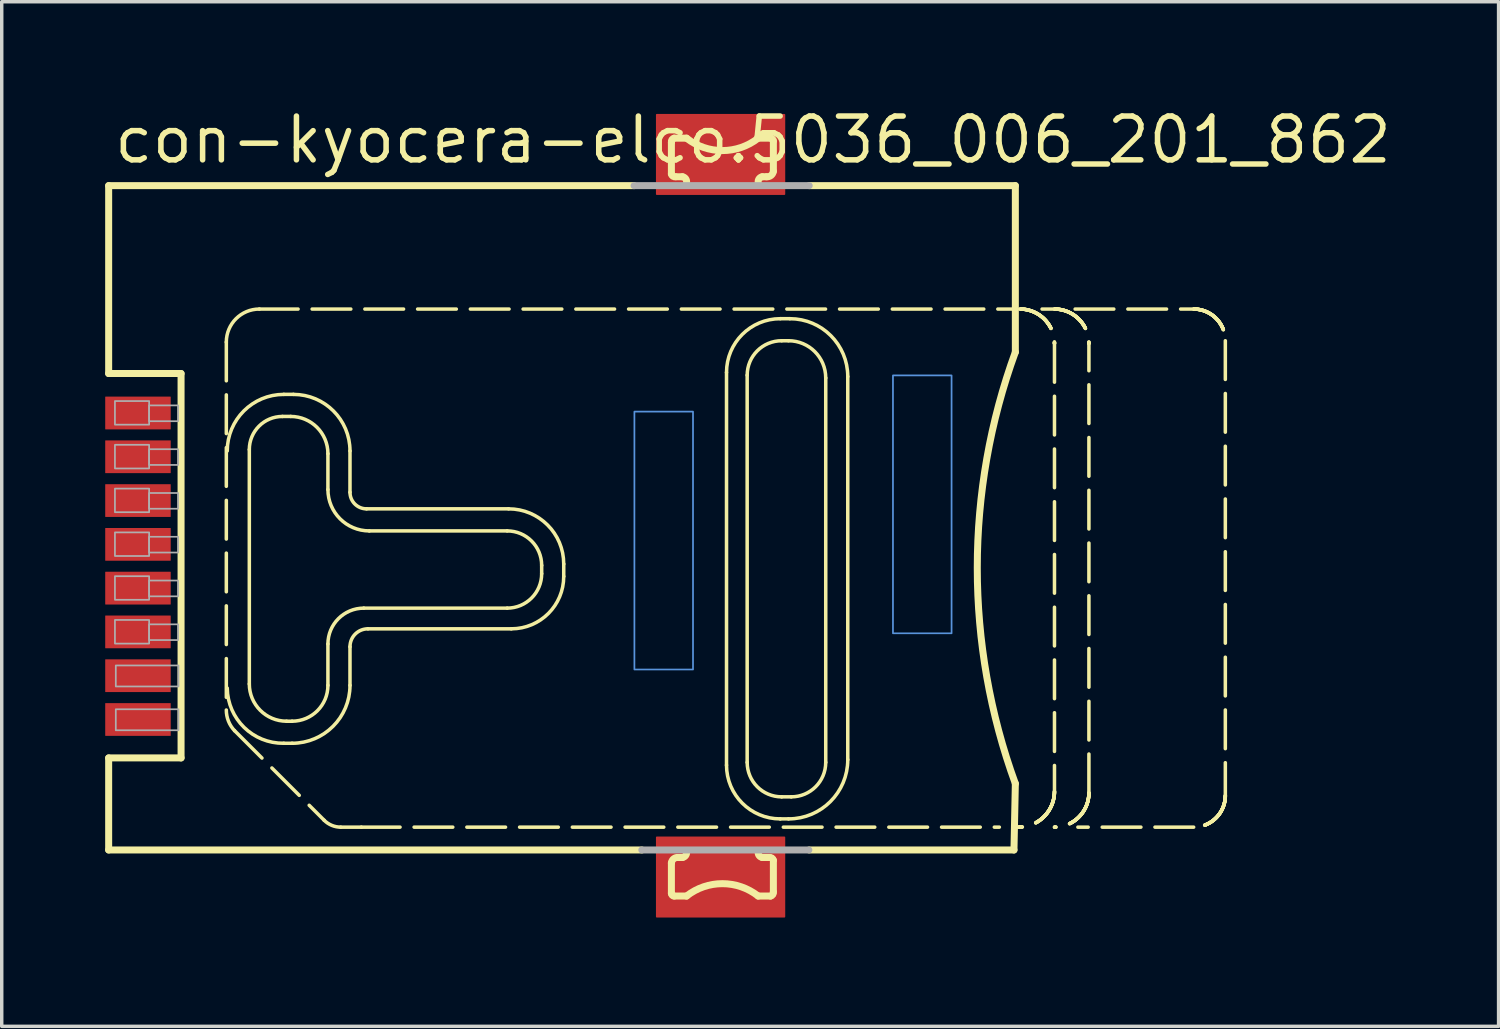
<source format=kicad_pcb>
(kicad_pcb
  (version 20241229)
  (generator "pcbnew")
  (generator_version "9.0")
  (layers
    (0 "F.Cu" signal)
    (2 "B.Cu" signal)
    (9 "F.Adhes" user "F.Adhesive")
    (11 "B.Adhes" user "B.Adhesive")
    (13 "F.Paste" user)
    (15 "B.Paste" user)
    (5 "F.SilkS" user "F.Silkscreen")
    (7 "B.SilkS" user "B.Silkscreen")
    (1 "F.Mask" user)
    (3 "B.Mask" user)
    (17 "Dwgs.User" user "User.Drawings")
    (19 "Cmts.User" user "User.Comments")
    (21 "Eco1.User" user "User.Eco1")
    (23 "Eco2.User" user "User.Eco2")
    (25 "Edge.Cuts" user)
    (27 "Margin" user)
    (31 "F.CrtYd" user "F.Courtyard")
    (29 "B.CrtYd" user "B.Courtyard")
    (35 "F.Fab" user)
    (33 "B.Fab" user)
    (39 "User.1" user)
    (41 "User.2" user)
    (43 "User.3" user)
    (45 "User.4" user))
  (footprint "con-kyocera-elco.5036_006_201_862"
    (layer "F.Cu")
    (at 20.502 11.91)
    (property "Reference" "con-kyocera-elco.5036_006_201_862" (at -20.32 -10.16 0) (layer "F.SilkS") (effects (font (size 1.27 1.27) (thickness 0.16)) (justify left bottom)))
    (attr smd)
    (fp_rect (start -4.5 -9.33) (end -0.8 -11.63) (stroke (width 0.05) (type default)) (fill yes) (layer "F.Cu"))
    (fp_rect (start -4.5 11.63) (end -0.8 9.33) (stroke (width 0.05) (type default)) (fill yes) (layer "F.Cu"))
    (fp_rect (start -4.625 -9.175) (end -0.675 -11.75) (stroke (width 0.05) (type default)) (fill yes) (layer "F.Mask"))
    (fp_rect (start -4.625 11.785) (end -0.675 9.21) (stroke (width 0.05) (type default)) (fill yes) (layer "F.Mask"))
    (fp_line (start -20.4 -9.575) (end -5.16 -9.575) (stroke (width 0.203) (type default)) (layer "F.SilkS"))
    (fp_line (start -20.4 -4.125) (end -20.4 -9.575) (stroke (width 0.203) (type default)) (layer "F.SilkS"))
    (fp_line (start -20.4 7.025) (end -18.3 7.025) (stroke (width 0.203) (type default)) (layer "F.SilkS"))
    (fp_line (start -20.4 9.695) (end -20.4 7.025) (stroke (width 0.203) (type default)) (layer "F.SilkS"))
    (fp_line (start -18.3 -4.125) (end -20.4 -4.125) (stroke (width 0.203) (type default)) (layer "F.SilkS"))
    (fp_line (start -18.3 7.025) (end -18.3 -4.125) (stroke (width 0.203) (type default)) (layer "F.SilkS"))
    (fp_line (start -16.987 -5.036) (end -16.987 5.636) (stroke (width 0.102) (type dash)) (layer "F.SilkS"))
    (fp_line (start -16.747 6.235) (end -14.149 8.833) (stroke (width 0.102) (type dash)) (layer "F.SilkS"))
    (fp_line (start -16.32 4.88) (end -16.32 -1.92) (stroke (width 0.102) (type default)) (layer "F.SilkS"))
    (fp_line (start -16.028 -5.995) (end 5.955 -5.995) (stroke (width 0.102) (type dash)) (layer "F.SilkS"))
    (fp_line (start -15.36 -2.88) (end -15.12 -2.88) (stroke (width 0.102) (type default)) (layer "F.SilkS"))
    (fp_line (start -15.32 -3.52) (end -15.04 -3.52) (stroke (width 0.102) (type default)) (layer "F.SilkS"))
    (fp_line (start -15.08 5.96) (end -15.24 5.96) (stroke (width 0.102) (type default)) (layer "F.SilkS"))
    (fp_line (start -15.08 6.6) (end -15.32 6.6) (stroke (width 0.102) (type default)) (layer "F.SilkS"))
    (fp_line (start -14.04 -1.8) (end -14.04 -0.76) (stroke (width 0.102) (type default)) (layer "F.SilkS"))
    (fp_line (start -14.04 3.72) (end -14.04 4.92) (stroke (width 0.102) (type default)) (layer "F.SilkS"))
    (fp_line (start -13.4 -1.88) (end -13.4 -0.68) (stroke (width 0.102) (type default)) (layer "F.SilkS"))
    (fp_line (start -13.4 3.8) (end -13.4 4.92) (stroke (width 0.102) (type default)) (layer "F.SilkS"))
    (fp_line (start -13.07 9.033) (end 5.436 9.033) (stroke (width 0.102) (type dash)) (layer "F.SilkS"))
    (fp_line (start -12.92 -0.2) (end -8.8 -0.2) (stroke (width 0.102) (type default)) (layer "F.SilkS"))
    (fp_line (start -12.84 0.44) (end -8.84 0.44) (stroke (width 0.102) (type default)) (layer "F.SilkS"))
    (fp_line (start -8.84 2.68) (end -13 2.68) (stroke (width 0.102) (type default)) (layer "F.SilkS"))
    (fp_line (start -8.72 3.28) (end -12.88 3.28) (stroke (width 0.102) (type default)) (layer "F.SilkS"))
    (fp_line (start -7.84 1.44) (end -7.84 1.68) (stroke (width 0.102) (type default)) (layer "F.SilkS"))
    (fp_line (start -7.2 1.4) (end -7.2 1.76) (stroke (width 0.102) (type default)) (layer "F.SilkS"))
    (fp_line (start -4.935 9.695) (end -20.4 9.695) (stroke (width 0.203) (type default)) (layer "F.SilkS"))
    (fp_line (start -4.077 -9.913) (end -4.077 -10.832) (stroke (width 0.203) (type default)) (layer "F.SilkS"))
    (fp_line (start -4.077 10.952) (end -4.077 10.072) (stroke (width 0.203) (type default)) (layer "F.SilkS"))
    (fp_line (start -3.997 -10.952) (end -3.637 -10.952) (stroke (width 0.203) (type default)) (layer "F.SilkS"))
    (fp_line (start -3.877 9.913) (end -3.757 9.913) (stroke (width 0.203) (type default)) (layer "F.SilkS"))
    (fp_line (start -3.757 -9.833) (end -3.957 -9.833) (stroke (width 0.203) (type default)) (layer "F.SilkS"))
    (fp_line (start -3.637 11.032) (end -3.997 11.032) (stroke (width 0.203) (type default)) (layer "F.SilkS"))
    (fp_line (start -2.478 7.235) (end -2.478 -4.157) (stroke (width 0.102) (type default)) (layer "F.SilkS"))
    (fp_line (start -1.879 -4.077) (end -1.879 7.155) (stroke (width 0.102) (type default)) (layer "F.SilkS"))
    (fp_line (start -1.559 -10.952) (end -1.199 -10.952) (stroke (width 0.203) (type default)) (layer "F.SilkS"))
    (fp_line (start -1.439 9.913) (end -1.239 9.913) (stroke (width 0.203) (type default)) (layer "F.SilkS"))
    (fp_line (start -1.319 -9.833) (end -1.439 -9.833) (stroke (width 0.203) (type default)) (layer "F.SilkS"))
    (fp_line (start -1.199 11.032) (end -1.559 11.032) (stroke (width 0.203) (type default)) (layer "F.SilkS"))
    (fp_line (start -1.119 -10.872) (end -1.119 -9.992) (stroke (width 0.203) (type default)) (layer "F.SilkS"))
    (fp_line (start -1.119 9.993) (end -1.119 10.912) (stroke (width 0.203) (type default)) (layer "F.SilkS"))
    (fp_line (start -0.919 -5.716) (end -0.639 -5.716) (stroke (width 0.102) (type default)) (layer "F.SilkS"))
    (fp_line (start -0.879 8.154) (end -0.6 8.154) (stroke (width 0.102) (type default)) (layer "F.SilkS"))
    (fp_line (start -0.679 -5.076) (end -0.879 -5.076) (stroke (width 0.102) (type default)) (layer "F.SilkS"))
    (fp_line (start -0.679 8.793) (end -0.919 8.793) (stroke (width 0.102) (type default)) (layer "F.SilkS"))
    (fp_line (start -0.08 -9.575) (end 5.9 -9.575) (stroke (width 0.203) (type default)) (layer "F.SilkS"))
    (fp_line (start 0.4 7.155) (end 0.4 -3.997) (stroke (width 0.102) (type default)) (layer "F.SilkS"))
    (fp_line (start 1.039 -4.037) (end 1.039 7.075) (stroke (width 0.102) (type default)) (layer "F.SilkS"))
    (fp_line (start 5.86 9.695) (end -0.08 9.695) (stroke (width 0.203) (type default)) (layer "F.SilkS"))
    (fp_line (start 5.9 -9.575) (end 5.9 -4.746) (stroke (width 0.203) (type default)) (layer "F.SilkS"))
    (fp_line (start 5.9 7.769) (end 5.86 9.695) (stroke (width 0.203) (type default)) (layer "F.SilkS"))
    (fp_line (start 5.995 9.033) (end 5.955 9.033) (stroke (width 0.102) (type dash)) (layer "F.SilkS"))
    (fp_line (start 7.035 -5.995) (end 6.675 -5.995) (stroke (width 0.102) (type dash)) (layer "F.SilkS"))
    (fp_line (start 7.035 -4.996) (end 7.035 7.994) (stroke (width 0.102) (type dash)) (layer "F.SilkS"))
    (fp_line (start 7.634 -5.995) (end 11.072 -5.995) (stroke (width 0.102) (type dash)) (layer "F.SilkS"))
    (fp_line (start 8.034 8.034) (end 8.034 -4.996) (stroke (width 0.102) (type dash)) (layer "F.SilkS"))
    (fp_line (start 11.072 9.033) (end 7.714 9.033) (stroke (width 0.102) (type dash)) (layer "F.SilkS"))
    (fp_line (start 11.991 -5.076) (end 11.991 8.114) (stroke (width 0.102) (type dash)) (layer "F.SilkS"))
    (fp_arc (start -16.9873 -5.0362) (mid -16.706328 -5.714528) (end -16.028 -5.9955) (stroke (width 0.1016) (type default)) (layer "F.SilkS"))
    (fp_arc (start -16.96 -1.88) (mid -16.479655 -3.039655) (end -15.32 -3.52) (stroke (width 0.1016) (type default)) (layer "F.SilkS"))
    (fp_arc (start -16.7474 6.2353) (mid -16.925107 5.958662) (end -16.9873 5.6358) (stroke (width 0.1016) (type default)) (layer "F.SilkS"))
    (fp_arc (start -16.32 -1.92) (mid -16.038823 -2.598823) (end -15.36 -2.88) (stroke (width 0.1016) (type default)) (layer "F.SilkS"))
    (fp_arc (start -15.32 6.6) (mid -16.471371 6.139655) (end -16.96 5) (stroke (width 0.1016) (type default)) (layer "F.SilkS"))
    (fp_arc (start -15.24 5.96) (mid -16.003675 5.643675) (end -16.32 4.88) (stroke (width 0.1016) (type default)) (layer "F.SilkS"))
    (fp_arc (start -15.12 -2.88) (mid -14.356325 -2.563675) (end -14.04 -1.8) (stroke (width 0.1016) (type default)) (layer "F.SilkS"))
    (fp_arc (start -15.04 -3.52) (mid -13.880345 -3.039655) (end -13.4 -1.88) (stroke (width 0.1016) (type default)) (layer "F.SilkS"))
    (fp_arc (start -14.04 3.72) (mid -13.735391 2.984609) (end -13 2.68) (stroke (width 0.1016) (type default)) (layer "F.SilkS"))
    (fp_arc (start -14.04 4.92) (mid -14.344609 5.655391) (end -15.08 5.96) (stroke (width 0.1016) (type default)) (layer "F.SilkS"))
    (fp_arc (start -13.6697 9.0332) (mid -13.929319 8.980763) (end -14.1494 8.8334) (stroke (width 0.1016) (type default)) (layer "F.SilkS"))
    (fp_arc (start -13.4 3.8) (mid -13.247696 3.432304) (end -12.88 3.28) (stroke (width 0.1016) (type default)) (layer "F.SilkS"))
    (fp_arc (start -13.4 4.92) (mid -13.892061 6.107939) (end -15.08 6.6) (stroke (width 0.1016) (type default)) (layer "F.SilkS"))
    (fp_arc (start -13.0702 9.0332) (mid -13.36995 9.033793) (end -13.6697 9.0332) (stroke (width 0.1016) (type default)) (layer "F.SilkS"))
    (fp_arc (start -12.92 -0.2) (mid -13.259411 -0.340589) (end -13.4 -0.68) (stroke (width 0.1016) (type default)) (layer "F.SilkS"))
    (fp_arc (start -12.84 0.44) (mid -13.688528 0.088528) (end -14.04 -0.76) (stroke (width 0.1016) (type default)) (layer "F.SilkS"))
    (fp_arc (start -8.84 0.44) (mid -8.132893 0.732893) (end -7.84 1.44) (stroke (width 0.1016) (type default)) (layer "F.SilkS"))
    (fp_arc (start -8.8 -0.2) (mid -7.668629 0.268629) (end -7.2 1.4) (stroke (width 0.1016) (type default)) (layer "F.SilkS"))
    (fp_arc (start -7.84 1.68) (mid -8.132893 2.387107) (end -8.84 2.68) (stroke (width 0.1016) (type default)) (layer "F.SilkS"))
    (fp_arc (start -7.2 1.76) (mid -7.645198 2.834802) (end -8.72 3.28) (stroke (width 0.1016) (type default)) (layer "F.SilkS"))
    (fp_arc (start -4.077 10.0725) (mid -4.010196 9.95122) (end -3.8772 9.9127) (stroke (width 0.2032) (type default)) (layer "F.SilkS"))
    (fp_arc (start -4.0769 -10.8318) (mid -4.061782 -10.908298) (end -3.997 -10.9517) (stroke (width 0.2032) (type default)) (layer "F.SilkS"))
    (fp_arc (start -3.9971 11.0318) (mid -4.053598 11.008398) (end -4.077 10.9519) (stroke (width 0.2032) (type default)) (layer "F.SilkS"))
    (fp_arc (start -3.9571 -9.8327) (mid -4.033598 -9.847818) (end -4.077 -9.9126) (stroke (width 0.2032) (type default)) (layer "F.SilkS"))
    (fp_arc (start -3.7572 -9.8326) (mid -3.664163 -9.77746) (end -3.6373 -9.6727) (stroke (width 0.2032) (type default)) (layer "F.SilkS"))
    (fp_arc (start -3.6374 9.7528) (mid -3.66424 9.857543) (end -3.7573 9.9126) (stroke (width 0.2032) (type default)) (layer "F.SilkS"))
    (fp_arc (start -3.6374 11.0318) (mid -2.59815 10.672131) (end -1.5589 11.0318) (stroke (width 0.2032) (type default)) (layer "F.SilkS"))
    (fp_arc (start -2.4781 -4.1569) (mid -2.021538 -5.259138) (end -0.9193 -5.7157) (stroke (width 0.1016) (type default)) (layer "F.SilkS"))
    (fp_arc (start -1.8786 -4.0769) (mid -1.585912 -4.783512) (end -0.8793 -5.0762) (stroke (width 0.1016) (type default)) (layer "F.SilkS"))
    (fp_arc (start -1.5588 -10.9518) (mid -2.59805 -10.592131) (end -3.6373 -10.9518) (stroke (width 0.2032) (type default)) (layer "F.SilkS"))
    (fp_arc (start -1.5588 -9.6728) (mid -1.53196 -9.777543) (end -1.4389 -9.8326) (stroke (width 0.2032) (type default)) (layer "F.SilkS"))
    (fp_arc (start -1.439 9.9126) (mid -1.532037 9.85746) (end -1.5589 9.7527) (stroke (width 0.2032) (type default)) (layer "F.SilkS"))
    (fp_arc (start -1.2391 9.9127) (mid -1.162602 9.927818) (end -1.1192 9.9926) (stroke (width 0.2032) (type default)) (layer "F.SilkS"))
    (fp_arc (start -1.1991 -10.9518) (mid -1.142602 -10.928398) (end -1.1192 -10.8719) (stroke (width 0.2032) (type default)) (layer "F.SilkS"))
    (fp_arc (start -1.1193 10.9118) (mid -1.134418 10.988298) (end -1.1992 11.0317) (stroke (width 0.2032) (type default)) (layer "F.SilkS"))
    (fp_arc (start -1.1192 -9.9925) (mid -1.186004 -9.87122) (end -1.319 -9.8327) (stroke (width 0.2032) (type default)) (layer "F.SilkS"))
    (fp_arc (start -0.9193 8.7934) (mid -2.021538 8.336838) (end -2.4781 7.2346) (stroke (width 0.1016) (type default)) (layer "F.SilkS"))
    (fp_arc (start -0.8793 8.1539) (mid -1.585912 7.861212) (end -1.8786 7.1546) (stroke (width 0.1016) (type default)) (layer "F.SilkS"))
    (fp_arc (start -0.6795 -5.0762) (mid 0.08361 -4.76011) (end 0.3997 -3.997) (stroke (width 0.1016) (type default)) (layer "F.SilkS"))
    (fp_arc (start -0.6395 -5.7157) (mid 0.54752 -5.22402) (end 1.0392 -4.037) (stroke (width 0.1016) (type default)) (layer "F.SilkS"))
    (fp_arc (start 0.3997 7.1546) (mid 0.107012 7.861212) (end -0.5996 8.1539) (stroke (width 0.1016) (type default)) (layer "F.SilkS"))
    (fp_arc (start 1.0392 7.0747) (mid 0.535804 8.290004) (end -0.6795 8.7934) (stroke (width 0.1016) (type default)) (layer "F.SilkS"))
    (fp_arc (start 5.9 7.7688) (mid 4.795615 1.5114) (end 5.9 -4.746) (stroke (width 0.2032) (type default)) (layer "F.SilkS"))
    (fp_arc (start 6.0355 -5.9955) (mid 6.742041 -5.702841) (end 7.0347 -4.9963) (stroke (width 0.1016) (type dash)) (layer "F.SilkS"))
    (fp_arc (start 7.0347 -5.9955) (mid 7.741312 -5.702812) (end 8.034 -4.9962) (stroke (width 0.1016) (type dash)) (layer "F.SilkS"))
    (fp_arc (start 7.0347 7.994) (mid 6.730325 8.728825) (end 5.9955 9.0332) (stroke (width 0.1016) (type dash)) (layer "F.SilkS"))
    (fp_arc (start 8.034 8.0339) (mid 7.741312 8.740512) (end 7.0347 9.0332) (stroke (width 0.1016) (type dash)) (layer "F.SilkS"))
    (fp_arc (start 11.0717 -5.9955) (mid 11.721743 -5.726243) (end 11.991 -5.0762) (stroke (width 0.1016) (type dash)) (layer "F.SilkS"))
    (fp_arc (start 11.991 8.1139) (mid 11.721743 8.763943) (end 11.0717 9.0332) (stroke (width 0.1016) (type dash)) (layer "F.SilkS"))
    (fp_rect (start -4.375 -9.45) (end -0.925 -11.5) (stroke (width 0.05) (type default)) (fill yes) (layer "F.Paste"))
    (fp_rect (start -4.375 11.51) (end -0.925 9.46) (stroke (width 0.05) (type default)) (fill yes) (layer "F.Paste"))
    (fp_rect (start -5.15 4.46) (end -3.45 -3.02) (stroke (width 0.05) (type default)) (fill no) (layer "Cmts.User"))
    (fp_rect (start 2.35 3.41) (end 4.05 -4.07) (stroke (width 0.05) (type default)) (fill no) (layer "Cmts.User"))
    (fp_line (start -5.16 -9.575) (end -0.08 -9.575) (stroke (width 0.203) (type default)) (layer "F.Fab"))
    (fp_line (start -0.09 9.695) (end -4.935 9.695) (stroke (width 0.203) (type default)) (layer "F.Fab"))
    (fp_rect (start -20.218 -2.642) (end -19.226 -3.327) (stroke (width 0.05) (type default)) (fill no) (layer "F.Fab"))
    (fp_rect (start -20.218 -1.372) (end -19.226 -2.057) (stroke (width 0.05) (type default)) (fill no) (layer "F.Fab"))
    (fp_rect (start -20.218 -0.102) (end -19.226 -0.787) (stroke (width 0.05) (type default)) (fill no) (layer "F.Fab"))
    (fp_rect (start -20.218 1.168) (end -19.226 0.483) (stroke (width 0.05) (type default)) (fill no) (layer "F.Fab"))
    (fp_rect (start -20.218 2.438) (end -19.226 1.753) (stroke (width 0.05) (type default)) (fill no) (layer "F.Fab"))
    (fp_rect (start -20.218 3.708) (end -19.226 3.023) (stroke (width 0.05) (type default)) (fill no) (layer "F.Fab"))
    (fp_rect (start -20.193 4.953) (end -18.375 4.343) (stroke (width 0.05) (type default)) (fill no) (layer "F.Fab"))
    (fp_rect (start -20.193 6.223) (end -18.375 5.613) (stroke (width 0.05) (type default)) (fill no) (layer "F.Fab"))
    (fp_rect (start -19.226 -2.743) (end -18.386 -3.2) (stroke (width 0.05) (type default)) (fill no) (layer "F.Fab"))
    (fp_rect (start -19.226 -1.473) (end -18.386 -1.93) (stroke (width 0.05) (type default)) (fill no) (layer "F.Fab"))
    (fp_rect (start -19.226 -0.203) (end -18.386 -0.66) (stroke (width 0.05) (type default)) (fill no) (layer "F.Fab"))
    (fp_rect (start -19.226 1.067) (end -18.386 0.61) (stroke (width 0.05) (type default)) (fill no) (layer "F.Fab"))
    (fp_rect (start -19.226 2.337) (end -18.386 1.88) (stroke (width 0.05) (type default)) (fill no) (layer "F.Fab"))
    (fp_rect (start -19.226 3.607) (end -18.386 3.15) (stroke (width 0.05) (type default)) (fill no) (layer "F.Fab"))
    (pad "C/D@1" smd roundrect (at -19.55 4.64) (size 1.9 0.95) (layers "F.Cu" "F.Mask" "F.Paste") (roundrect_rratio 0.01))
    (pad "C/D@2" smd roundrect (at -19.55 5.91) (size 1.9 0.95) (layers "F.Cu" "F.Mask" "F.Paste") (roundrect_rratio 0.01))
    (pad "C1" smd roundrect (at -19.55 -2.98) (size 1.9 0.95) (layers "F.Cu" "F.Mask" "F.Paste") (roundrect_rratio 0.01))
    (pad "C2" smd roundrect (at -19.55 -0.44) (size 1.9 0.95) (layers "F.Cu" "F.Mask" "F.Paste") (roundrect_rratio 0.01))
    (pad "C3" smd roundrect (at -19.55 2.1) (size 1.9 0.95) (layers "F.Cu" "F.Mask" "F.Paste") (roundrect_rratio 0.01))
    (pad "C5" smd roundrect (at -19.55 -1.71) (size 1.9 0.95) (layers "F.Cu" "F.Mask" "F.Paste") (roundrect_rratio 0.01))
    (pad "C6" smd roundrect (at -19.55 0.83) (size 1.9 0.95) (layers "F.Cu" "F.Mask" "F.Paste") (roundrect_rratio 0.01))
    (pad "C7" smd roundrect (at -19.55 3.37) (size 1.9 0.95) (layers "F.Cu" "F.Mask" "F.Paste") (roundrect_rratio 0.01)))
  (gr_rect
    (start -3 -3)
    (end 40.419 26.72)
    (stroke (width 0.1) (type default))
    (fill no)
    (layer "Edge.Cuts")))
</source>
